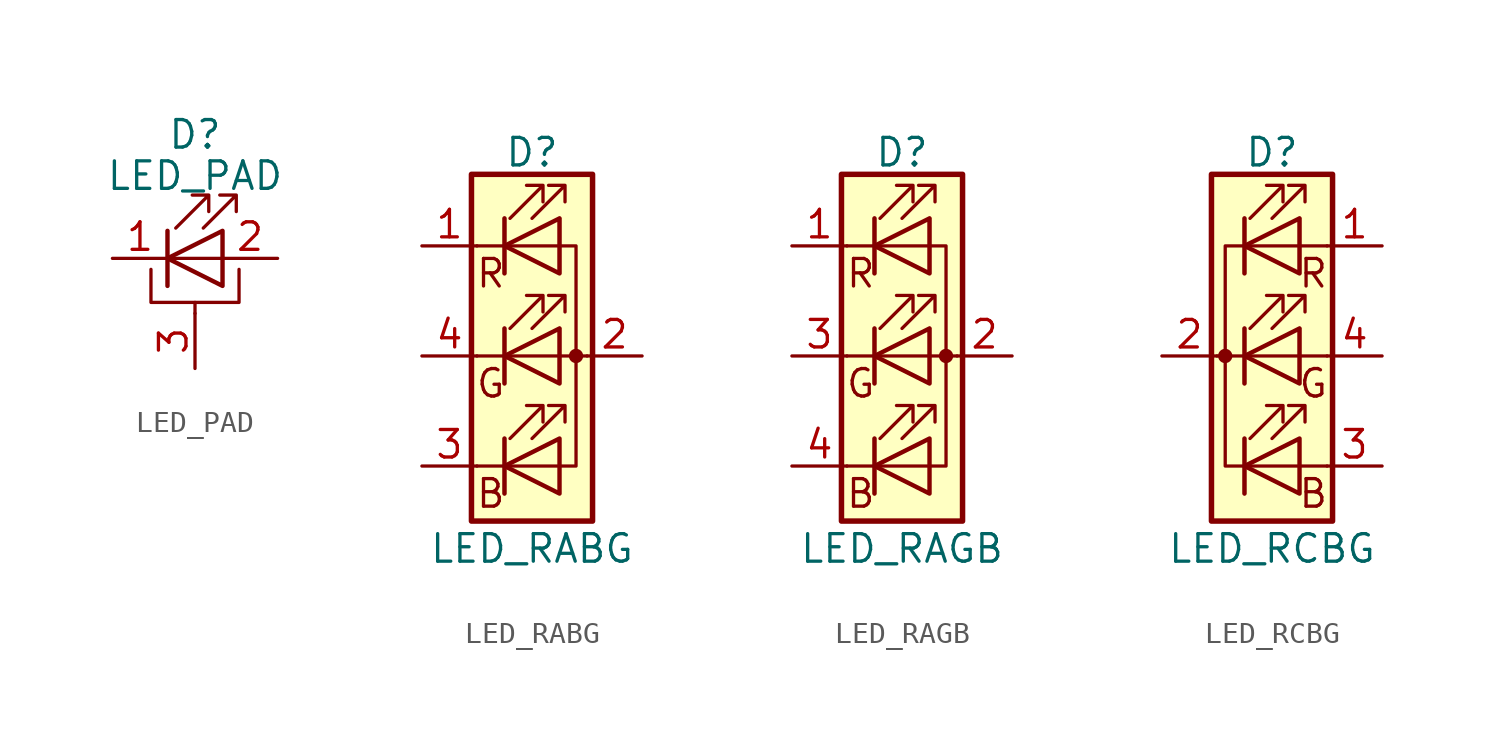
<source format=kicad_sym>
(kicad_symbol_lib
  (version 20211014)
  (generator kicad_symbol_editor)
  (symbol "LED_PAD"
    (pin_names
      (offset 1.016) hide)
    (property "Reference" "D"
      (at 0 5.715 0)
      (effects (font (size 1.27 1.27))))
    (property "Value" "LED_PAD"
      (at 0 3.81 0)
      (effects (font (size 1.27 1.27))))
    (property "Footprint" ""
      (at 0 0 0)
      (effects (font (size 1.27 1.27))))
    (property "Datasheet" ""
      (at 0 0 0)
      (effects (font (size 1.27 1.27))))
    (symbol "LED_PAD_0_1"
      (polyline (pts (xy -1.27 -1.27) (xy -1.27 1.27)) (stroke (width 0.203) (type default) (color 0 0 0 0)) (fill (type none)))
      (polyline (pts (xy -1.27 0) (xy 1.27 0)) (stroke (width 0) (type default) (color 0 0 0 0)) (fill (type none)))
      (polyline (pts (xy 0 -2.54) (xy 0 -2.032)) (stroke (width 0) (type default) (color 0 0 0 0)) (fill (type none)))
      (polyline (pts (xy -2.032 -0.508) (xy -2.032 -2.032) (xy 2.032 -2.032) (xy 2.032 -0.508)) (stroke (width 0) (type default) (color 0 0 0 0)) (fill (type none)))
      (polyline (pts (xy 1.27 -1.27) (xy 1.27 1.27) (xy -1.27 0) (xy 1.27 -1.27)) (stroke (width 0.203) (type default) (color 0 0 0 0)) (fill (type none)))
      (polyline (pts (xy -0.889 1.397) (xy 0.635 2.921) (xy -0.127 2.921) (xy 0.635 2.921) (xy 0.635 2.159)) (stroke (width 0) (type default) (color 0 0 0 0)) (fill (type none)))
      (polyline (pts (xy 0.381 1.397) (xy 1.905 2.921) (xy 1.143 2.921) (xy 1.905 2.921) (xy 1.905 2.159)) (stroke (width 0) (type default) (color 0 0 0 0)) (fill (type none))))
    (symbol "LED_PAD_1_1"
      (pin passive line (at -3.81 0 0) (length 2.54) (name "K" (effects (font (size 1.27 1.27)))) (number "1" (effects (font (size 1.27 1.27)))))
      (pin passive line (at 3.81 0 180) (length 2.54) (name "A" (effects (font (size 1.27 1.27)))) (number "2" (effects (font (size 1.27 1.27)))))
      (pin passive line (at 0 -5.08 90) (length 2.54) (name "PAD" (effects (font (size 1.27 1.27)))) (number "3" (effects (font (size 1.27 1.27)))))))
  (symbol "LED_RABG"
    (pin_names
      (offset 0) hide)
    (property "Reference" "D"
      (at 0 9.398 0)
      (effects (font (size 1.27 1.27))))
    (property "Value" "LED_RABG"
      (at 0 -8.89 0)
      (effects (font (size 1.27 1.27))))
    (symbol "LED_RABG_0_0"
      (text "B" (at -1.905 -6.35 0) (effects (font (size 1.27 1.27))))
      (text "G" (at -1.905 -1.27 0) (effects (font (size 1.27 1.27))))
      (text "R" (at -1.905 3.81 0) (effects (font (size 1.27 1.27)))))
    (symbol "LED_RABG_0_1"
      (polyline (pts (xy -1.27 -5.08) (xy -2.54 -5.08)) (stroke (width 0) (type default) (color 0 0 0 0)) (fill (type none)))
      (polyline (pts (xy -1.27 -5.08) (xy 1.27 -5.08)) (stroke (width 0) (type default) (color 0 0 0 0)) (fill (type none)))
      (polyline (pts (xy -1.27 -3.81) (xy -1.27 -6.35)) (stroke (width 0) (type default) (color 0 0 0 0)) (fill (type none)))
      (polyline (pts (xy -1.27 -3.81) (xy -1.27 -6.35)) (stroke (width 0.203) (type default) (color 0 0 0 0)) (fill (type none)))
      (polyline (pts (xy -1.27 0) (xy -2.54 0)) (stroke (width 0) (type default) (color 0 0 0 0)) (fill (type none)))
      (polyline (pts (xy -1.27 0) (xy 1.27 0)) (stroke (width 0) (type default) (color 0 0 0 0)) (fill (type none)))
      (polyline (pts (xy -1.27 1.27) (xy -1.27 -1.27)) (stroke (width 0.203) (type default) (color 0 0 0 0)) (fill (type none)))
      (polyline (pts (xy -1.27 5.08) (xy -2.54 5.08)) (stroke (width 0) (type default) (color 0 0 0 0)) (fill (type none)))
      (polyline (pts (xy -1.27 6.35) (xy -1.27 3.81)) (stroke (width 0.203) (type default) (color 0 0 0 0)) (fill (type none)))
      (polyline (pts (xy 1.27 0) (xy 2.54 0)) (stroke (width 0) (type default) (color 0 0 0 0)) (fill (type none)))
      (polyline (pts (xy 1.27 5.08) (xy -1.27 5.08)) (stroke (width 0) (type default) (color 0 0 0 0)) (fill (type none)))
      (polyline (pts (xy -1.27 1.27) (xy -1.27 -1.27) (xy -1.27 -1.27)) (stroke (width 0) (type default) (color 0 0 0 0)) (fill (type none)))
      (polyline (pts (xy -1.27 6.35) (xy -1.27 3.81) (xy -1.27 3.81)) (stroke (width 0) (type default) (color 0 0 0 0)) (fill (type none)))
      (polyline (pts (xy 1.27 -5.08) (xy 2.032 -5.08) (xy 2.032 5.08) (xy 1.27 5.08)) (stroke (width 0) (type default) (color 0 0 0 0)) (fill (type none)))
      (polyline (pts (xy 1.27 -3.81) (xy 1.27 -6.35) (xy -1.27 -5.08) (xy 1.27 -3.81)) (stroke (width 0.203) (type default) (color 0 0 0 0)) (fill (type none)))
      (polyline (pts (xy 1.27 1.27) (xy 1.27 -1.27) (xy -1.27 0) (xy 1.27 1.27)) (stroke (width 0.203) (type default) (color 0 0 0 0)) (fill (type none)))
      (polyline (pts (xy 1.27 6.35) (xy 1.27 3.81) (xy -1.27 5.08) (xy 1.27 6.35)) (stroke (width 0.203) (type default) (color 0 0 0 0)) (fill (type none)))
      (polyline (pts (xy -1.016 -3.81) (xy 0.508 -2.286) (xy -0.254 -2.286) (xy 0.508 -2.286) (xy 0.508 -3.048)) (stroke (width 0) (type default) (color 0 0 0 0)) (fill (type none)))
      (polyline (pts (xy -1.016 1.27) (xy 0.508 2.794) (xy -0.254 2.794) (xy 0.508 2.794) (xy 0.508 2.032)) (stroke (width 0) (type default) (color 0 0 0 0)) (fill (type none)))
      (polyline (pts (xy -1.016 6.35) (xy 0.508 7.874) (xy -0.254 7.874) (xy 0.508 7.874) (xy 0.508 7.112)) (stroke (width 0) (type default) (color 0 0 0 0)) (fill (type none)))
      (polyline (pts (xy 0 -3.81) (xy 1.524 -2.286) (xy 0.762 -2.286) (xy 1.524 -2.286) (xy 1.524 -3.048)) (stroke (width 0) (type default) (color 0 0 0 0)) (fill (type none)))
      (polyline (pts (xy 0 1.27) (xy 1.524 2.794) (xy 0.762 2.794) (xy 1.524 2.794) (xy 1.524 2.032)) (stroke (width 0) (type default) (color 0 0 0 0)) (fill (type none)))
      (polyline (pts (xy 0 6.35) (xy 1.524 7.874) (xy 0.762 7.874) (xy 1.524 7.874) (xy 1.524 7.112)) (stroke (width 0) (type default) (color 0 0 0 0)) (fill (type none)))
      (rectangle (start 1.27 -1.27) (end 1.27 1.27) (stroke (width 0) (type default) (color 0 0 0 0)) (fill (type none)))
      (rectangle (start 1.27 1.27) (end 1.27 1.27) (stroke (width 0) (type default) (color 0 0 0 0)) (fill (type none)))
      (rectangle (start 1.27 3.81) (end 1.27 6.35) (stroke (width 0) (type default) (color 0 0 0 0)) (fill (type none)))
      (rectangle (start 1.27 6.35) (end 1.27 6.35) (stroke (width 0) (type default) (color 0 0 0 0)) (fill (type none)))
      (circle (center 2.032 0) (radius 0.254) (stroke (width 0) (type default) (color 0 0 0 0)) (fill (type outline)))
      (rectangle (start 2.794 8.382) (end -2.794 -7.62) (stroke (width 0.254) (type default) (color 0 0 0 0)) (fill (type background))))
    (symbol "LED_RABG_1_1"
      (pin passive line (at -5.08 5.08 0) (length 2.54) (name "RK" (effects (font (size 1.27 1.27)))) (number "1" (effects (font (size 1.27 1.27)))))
      (pin passive line (at 5.08 0 180) (length 2.54) (name "A" (effects (font (size 1.27 1.27)))) (number "2" (effects (font (size 1.27 1.27)))))
      (pin passive line (at -5.08 -5.08 0) (length 2.54) (name "BK" (effects (font (size 1.27 1.27)))) (number "3" (effects (font (size 1.27 1.27)))))
      (pin passive line (at -5.08 0 0) (length 2.54) (name "GK" (effects (font (size 1.27 1.27)))) (number "4" (effects (font (size 1.27 1.27)))))))
  (symbol "LED_RAGB"
    (pin_names
      (offset 0) hide)
    (property "Reference" "D"
      (at 0 9.398 0)
      (effects (font (size 1.27 1.27))))
    (property "Value" "LED_RAGB"
      (at 0 -8.89 0)
      (effects (font (size 1.27 1.27))))
    (symbol "LED_RAGB_0_0"
      (text "B" (at -1.905 -6.35 0) (effects (font (size 1.27 1.27))))
      (text "G" (at -1.905 -1.27 0) (effects (font (size 1.27 1.27))))
      (text "R" (at -1.905 3.81 0) (effects (font (size 1.27 1.27)))))
    (symbol "LED_RAGB_0_1"
      (polyline (pts (xy -1.27 -5.08) (xy -2.54 -5.08)) (stroke (width 0) (type default) (color 0 0 0 0)) (fill (type none)))
      (polyline (pts (xy -1.27 -5.08) (xy 1.27 -5.08)) (stroke (width 0) (type default) (color 0 0 0 0)) (fill (type none)))
      (polyline (pts (xy -1.27 -3.81) (xy -1.27 -6.35)) (stroke (width 0) (type default) (color 0 0 0 0)) (fill (type none)))
      (polyline (pts (xy -1.27 -3.81) (xy -1.27 -6.35)) (stroke (width 0.203) (type default) (color 0 0 0 0)) (fill (type none)))
      (polyline (pts (xy -1.27 0) (xy -2.54 0)) (stroke (width 0) (type default) (color 0 0 0 0)) (fill (type none)))
      (polyline (pts (xy -1.27 1.27) (xy -1.27 -1.27)) (stroke (width 0.203) (type default) (color 0 0 0 0)) (fill (type none)))
      (polyline (pts (xy -1.27 5.08) (xy -2.54 5.08)) (stroke (width 0) (type default) (color 0 0 0 0)) (fill (type none)))
      (polyline (pts (xy -1.27 5.08) (xy 1.27 5.08)) (stroke (width 0) (type default) (color 0 0 0 0)) (fill (type none)))
      (polyline (pts (xy -1.27 6.35) (xy -1.27 3.81)) (stroke (width 0.203) (type default) (color 0 0 0 0)) (fill (type none)))
      (polyline (pts (xy 1.27 0) (xy -1.27 0)) (stroke (width 0) (type default) (color 0 0 0 0)) (fill (type none)))
      (polyline (pts (xy 1.27 0) (xy 2.54 0)) (stroke (width 0) (type default) (color 0 0 0 0)) (fill (type none)))
      (polyline (pts (xy -1.27 1.27) (xy -1.27 -1.27) (xy -1.27 -1.27)) (stroke (width 0) (type default) (color 0 0 0 0)) (fill (type none)))
      (polyline (pts (xy -1.27 6.35) (xy -1.27 3.81) (xy -1.27 3.81)) (stroke (width 0) (type default) (color 0 0 0 0)) (fill (type none)))
      (polyline (pts (xy 1.27 -5.08) (xy 2.032 -5.08) (xy 2.032 5.08) (xy 1.27 5.08)) (stroke (width 0) (type default) (color 0 0 0 0)) (fill (type none)))
      (polyline (pts (xy 1.27 -3.81) (xy 1.27 -6.35) (xy -1.27 -5.08) (xy 1.27 -3.81)) (stroke (width 0.203) (type default) (color 0 0 0 0)) (fill (type none)))
      (polyline (pts (xy 1.27 1.27) (xy 1.27 -1.27) (xy -1.27 0) (xy 1.27 1.27)) (stroke (width 0.203) (type default) (color 0 0 0 0)) (fill (type none)))
      (polyline (pts (xy 1.27 6.35) (xy 1.27 3.81) (xy -1.27 5.08) (xy 1.27 6.35)) (stroke (width 0.203) (type default) (color 0 0 0 0)) (fill (type none)))
      (polyline (pts (xy -1.016 -3.81) (xy 0.508 -2.286) (xy -0.254 -2.286) (xy 0.508 -2.286) (xy 0.508 -3.048)) (stroke (width 0) (type default) (color 0 0 0 0)) (fill (type none)))
      (polyline (pts (xy -1.016 1.27) (xy 0.508 2.794) (xy -0.254 2.794) (xy 0.508 2.794) (xy 0.508 2.032)) (stroke (width 0) (type default) (color 0 0 0 0)) (fill (type none)))
      (polyline (pts (xy -1.016 6.35) (xy 0.508 7.874) (xy -0.254 7.874) (xy 0.508 7.874) (xy 0.508 7.112)) (stroke (width 0) (type default) (color 0 0 0 0)) (fill (type none)))
      (polyline (pts (xy 0 -3.81) (xy 1.524 -2.286) (xy 0.762 -2.286) (xy 1.524 -2.286) (xy 1.524 -3.048)) (stroke (width 0) (type default) (color 0 0 0 0)) (fill (type none)))
      (polyline (pts (xy 0 1.27) (xy 1.524 2.794) (xy 0.762 2.794) (xy 1.524 2.794) (xy 1.524 2.032)) (stroke (width 0) (type default) (color 0 0 0 0)) (fill (type none)))
      (polyline (pts (xy 0 6.35) (xy 1.524 7.874) (xy 0.762 7.874) (xy 1.524 7.874) (xy 1.524 7.112)) (stroke (width 0) (type default) (color 0 0 0 0)) (fill (type none)))
      (rectangle (start 1.27 -1.27) (end 1.27 1.27) (stroke (width 0) (type default) (color 0 0 0 0)) (fill (type none)))
      (rectangle (start 1.27 1.27) (end 1.27 1.27) (stroke (width 0) (type default) (color 0 0 0 0)) (fill (type none)))
      (rectangle (start 1.27 3.81) (end 1.27 6.35) (stroke (width 0) (type default) (color 0 0 0 0)) (fill (type none)))
      (rectangle (start 1.27 6.35) (end 1.27 6.35) (stroke (width 0) (type default) (color 0 0 0 0)) (fill (type none)))
      (circle (center 2.032 0) (radius 0.254) (stroke (width 0) (type default) (color 0 0 0 0)) (fill (type outline)))
      (rectangle (start 2.794 8.382) (end -2.794 -7.62) (stroke (width 0.254) (type default) (color 0 0 0 0)) (fill (type background))))
    (symbol "LED_RAGB_1_1"
      (pin passive line (at -5.08 5.08 0) (length 2.54) (name "RK" (effects (font (size 1.27 1.27)))) (number "1" (effects (font (size 1.27 1.27)))))
      (pin passive line (at 5.08 0 180) (length 2.54) (name "A" (effects (font (size 1.27 1.27)))) (number "2" (effects (font (size 1.27 1.27)))))
      (pin passive line (at -5.08 0 0) (length 2.54) (name "GK" (effects (font (size 1.27 1.27)))) (number "3" (effects (font (size 1.27 1.27)))))
      (pin passive line (at -5.08 -5.08 0) (length 2.54) (name "BK" (effects (font (size 1.27 1.27)))) (number "4" (effects (font (size 1.27 1.27)))))))
  (symbol "LED_RCBG"
    (pin_names
      (offset 0) hide)
    (property "Reference" "D"
      (at 0 9.398 0)
      (effects (font (size 1.27 1.27))))
    (property "Value" "LED_RCBG"
      (at 0 -8.89 0)
      (effects (font (size 1.27 1.27))))
    (symbol "LED_RCBG_0_0"
      (text "B" (at 1.905 -6.35 0) (effects (font (size 1.27 1.27))))
      (text "G" (at 1.905 -1.27 0) (effects (font (size 1.27 1.27))))
      (text "R" (at 1.905 3.81 0) (effects (font (size 1.27 1.27)))))
    (symbol "LED_RCBG_0_1"
      (circle (center -2.159 0) (radius 0.254) (stroke (width 0) (type default) (color 0 0 0 0)) (fill (type outline)))
      (polyline (pts (xy -1.27 -5.08) (xy 1.27 -5.08)) (stroke (width 0) (type default) (color 0 0 0 0)) (fill (type none)))
      (polyline (pts (xy -1.27 -3.81) (xy -1.27 -6.35)) (stroke (width 0) (type default) (color 0 0 0 0)) (fill (type none)))
      (polyline (pts (xy -1.27 -3.81) (xy -1.27 -6.35)) (stroke (width 0.203) (type default) (color 0 0 0 0)) (fill (type none)))
      (polyline (pts (xy -1.27 0) (xy -2.54 0)) (stroke (width 0) (type default) (color 0 0 0 0)) (fill (type none)))
      (polyline (pts (xy -1.27 1.27) (xy -1.27 -1.27)) (stroke (width 0.203) (type default) (color 0 0 0 0)) (fill (type none)))
      (polyline (pts (xy -1.27 5.08) (xy 1.27 5.08)) (stroke (width 0) (type default) (color 0 0 0 0)) (fill (type none)))
      (polyline (pts (xy -1.27 6.35) (xy -1.27 3.81)) (stroke (width 0.203) (type default) (color 0 0 0 0)) (fill (type none)))
      (polyline (pts (xy 1.27 -5.08) (xy 2.54 -5.08)) (stroke (width 0) (type default) (color 0 0 0 0)) (fill (type none)))
      (polyline (pts (xy 1.27 0) (xy -1.27 0)) (stroke (width 0) (type default) (color 0 0 0 0)) (fill (type none)))
      (polyline (pts (xy 1.27 0) (xy 2.54 0)) (stroke (width 0) (type default) (color 0 0 0 0)) (fill (type none)))
      (polyline (pts (xy 1.27 5.08) (xy 2.54 5.08)) (stroke (width 0) (type default) (color 0 0 0 0)) (fill (type none)))
      (polyline (pts (xy -1.27 1.27) (xy -1.27 -1.27) (xy -1.27 -1.27)) (stroke (width 0) (type default) (color 0 0 0 0)) (fill (type none)))
      (polyline (pts (xy -1.27 6.35) (xy -1.27 3.81) (xy -1.27 3.81)) (stroke (width 0) (type default) (color 0 0 0 0)) (fill (type none)))
      (polyline (pts (xy -1.27 5.08) (xy -2.159 5.08) (xy -2.159 -5.08) (xy -1.016 -5.08)) (stroke (width 0) (type default) (color 0 0 0 0)) (fill (type none)))
      (polyline (pts (xy 1.27 -3.81) (xy 1.27 -6.35) (xy -1.27 -5.08) (xy 1.27 -3.81)) (stroke (width 0.203) (type default) (color 0 0 0 0)) (fill (type none)))
      (polyline (pts (xy 1.27 1.27) (xy 1.27 -1.27) (xy -1.27 0) (xy 1.27 1.27)) (stroke (width 0.203) (type default) (color 0 0 0 0)) (fill (type none)))
      (polyline (pts (xy 1.27 6.35) (xy 1.27 3.81) (xy -1.27 5.08) (xy 1.27 6.35)) (stroke (width 0.203) (type default) (color 0 0 0 0)) (fill (type none)))
      (polyline (pts (xy -1.016 -3.81) (xy 0.508 -2.286) (xy -0.254 -2.286) (xy 0.508 -2.286) (xy 0.508 -3.048)) (stroke (width 0) (type default) (color 0 0 0 0)) (fill (type none)))
      (polyline (pts (xy -1.016 1.27) (xy 0.508 2.794) (xy -0.254 2.794) (xy 0.508 2.794) (xy 0.508 2.032)) (stroke (width 0) (type default) (color 0 0 0 0)) (fill (type none)))
      (polyline (pts (xy -1.016 6.35) (xy 0.508 7.874) (xy -0.254 7.874) (xy 0.508 7.874) (xy 0.508 7.112)) (stroke (width 0) (type default) (color 0 0 0 0)) (fill (type none)))
      (polyline (pts (xy 0 -3.81) (xy 1.524 -2.286) (xy 0.762 -2.286) (xy 1.524 -2.286) (xy 1.524 -3.048)) (stroke (width 0) (type default) (color 0 0 0 0)) (fill (type none)))
      (polyline (pts (xy 0 1.27) (xy 1.524 2.794) (xy 0.762 2.794) (xy 1.524 2.794) (xy 1.524 2.032)) (stroke (width 0) (type default) (color 0 0 0 0)) (fill (type none)))
      (polyline (pts (xy 0 6.35) (xy 1.524 7.874) (xy 0.762 7.874) (xy 1.524 7.874) (xy 1.524 7.112)) (stroke (width 0) (type default) (color 0 0 0 0)) (fill (type none)))
      (rectangle (start 1.27 -1.27) (end 1.27 1.27) (stroke (width 0) (type default) (color 0 0 0 0)) (fill (type none)))
      (rectangle (start 1.27 1.27) (end 1.27 1.27) (stroke (width 0) (type default) (color 0 0 0 0)) (fill (type none)))
      (rectangle (start 1.27 3.81) (end 1.27 6.35) (stroke (width 0) (type default) (color 0 0 0 0)) (fill (type none)))
      (rectangle (start 1.27 6.35) (end 1.27 6.35) (stroke (width 0) (type default) (color 0 0 0 0)) (fill (type none)))
      (rectangle (start 2.794 8.382) (end -2.794 -7.62) (stroke (width 0.254) (type default) (color 0 0 0 0)) (fill (type background))))
    (symbol "LED_RCBG_1_1"
      (pin passive line (at 5.08 5.08 180) (length 2.54) (name "RA" (effects (font (size 1.27 1.27)))) (number "1" (effects (font (size 1.27 1.27)))))
      (pin passive line (at -5.08 0 0) (length 2.54) (name "K" (effects (font (size 1.27 1.27)))) (number "2" (effects (font (size 1.27 1.27)))))
      (pin passive line (at 5.08 -5.08 180) (length 2.54) (name "BA" (effects (font (size 1.27 1.27)))) (number "3" (effects (font (size 1.27 1.27)))))
      (pin passive line (at 5.08 0 180) (length 2.54) (name "GA" (effects (font (size 1.27 1.27)))) (number "4" (effects (font (size 1.27 1.27))))))))
</source>
